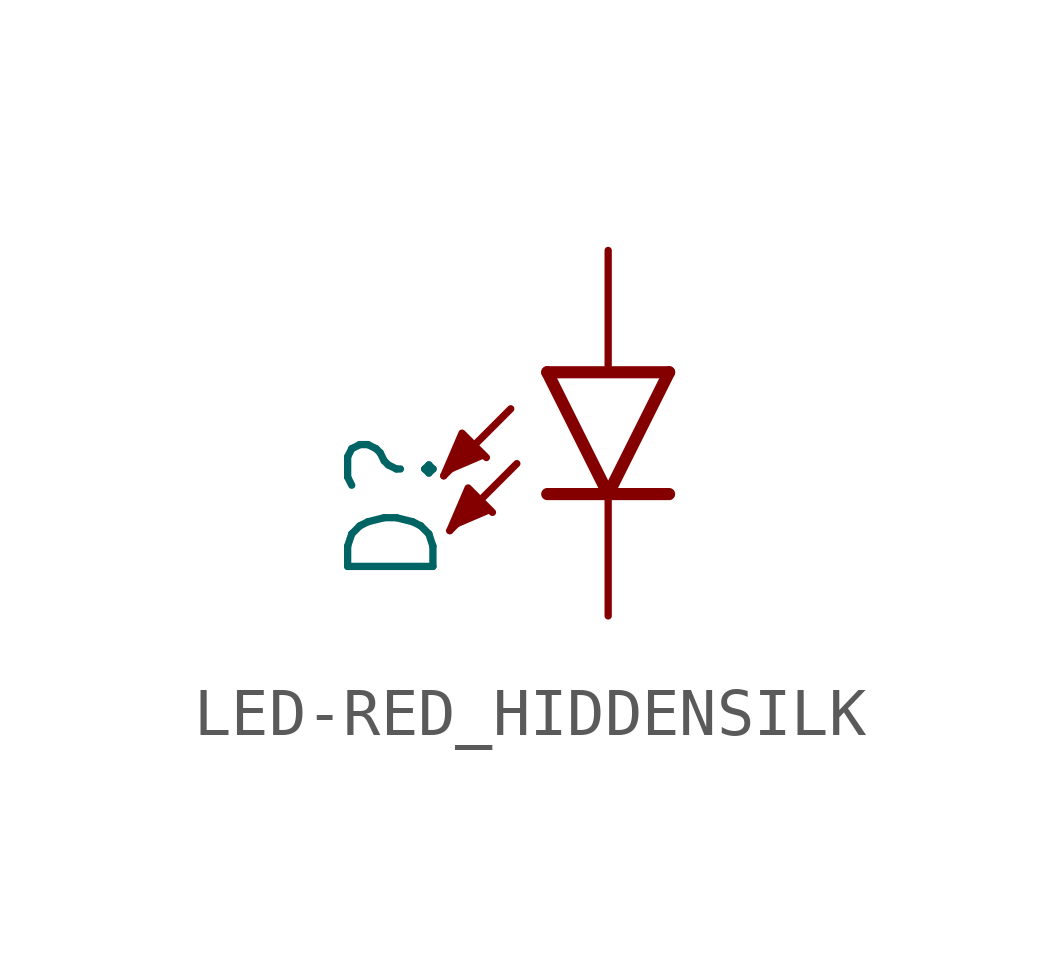
<source format=kicad_sym>
(kicad_symbol_lib
  (version 20220914)
  (generator kicad_symbol_editor)
  (symbol "LED-RED_HIDDENSILK"
    (property "Reference" "D"
      (at -3.429 -4.572 90)
      (effects (font (size 1.778 1.778)) (justify left bottom)))
    (property "Value" ""
      (at 1.905 -4.572 90)
      (effects (font (size 1.778 1.778)) (justify left top)))
    (property "ki_locked" ""
      (at 0 0 0)
      (effects (font (size 1.27 1.27))))
    (symbol "LED-RED_HIDDENSILK_1_0"
      (polyline (pts (xy -2.032 -0.762) (xy -3.429 -2.159)) (stroke (width 0.152) (type solid)) (fill (type none)))
      (polyline (pts (xy -1.905 -1.905) (xy -3.302 -3.302)) (stroke (width 0.152) (type solid)) (fill (type none)))
      (polyline (pts (xy 0 -2.54) (xy -1.27 -2.54)) (stroke (width 0.254) (type solid)) (fill (type none)))
      (polyline (pts (xy 0 -2.54) (xy -1.27 0)) (stroke (width 0.254) (type solid)) (fill (type none)))
      (polyline (pts (xy 1.27 -2.54) (xy 0 -2.54)) (stroke (width 0.254) (type solid)) (fill (type none)))
      (polyline (pts (xy 1.27 0) (xy -1.27 0)) (stroke (width 0.254) (type solid)) (fill (type none)))
      (polyline (pts (xy 1.27 0) (xy 0 -2.54)) (stroke (width 0.254) (type solid)) (fill (type none)))
      (polyline (pts (xy -3.429 -2.159) (xy -3.048 -1.27) (xy -2.54 -1.778)) (stroke (width 0.152) (type solid)) (fill (type outline)))
      (polyline (pts (xy -3.302 -3.302) (xy -2.921 -2.413) (xy -2.413 -2.921)) (stroke (width 0.152) (type solid)) (fill (type outline)))
      (pin passive line (at 0 2.54 270) (length 2.54) (name "A" (effects (font (size 0 0)))) (number "A" (effects (font (size 0 0)))))
      (pin passive line (at 0 -5.08 90) (length 2.54) (name "C" (effects (font (size 0 0)))) (number "C" (effects (font (size 0 0))))))))
</source>
